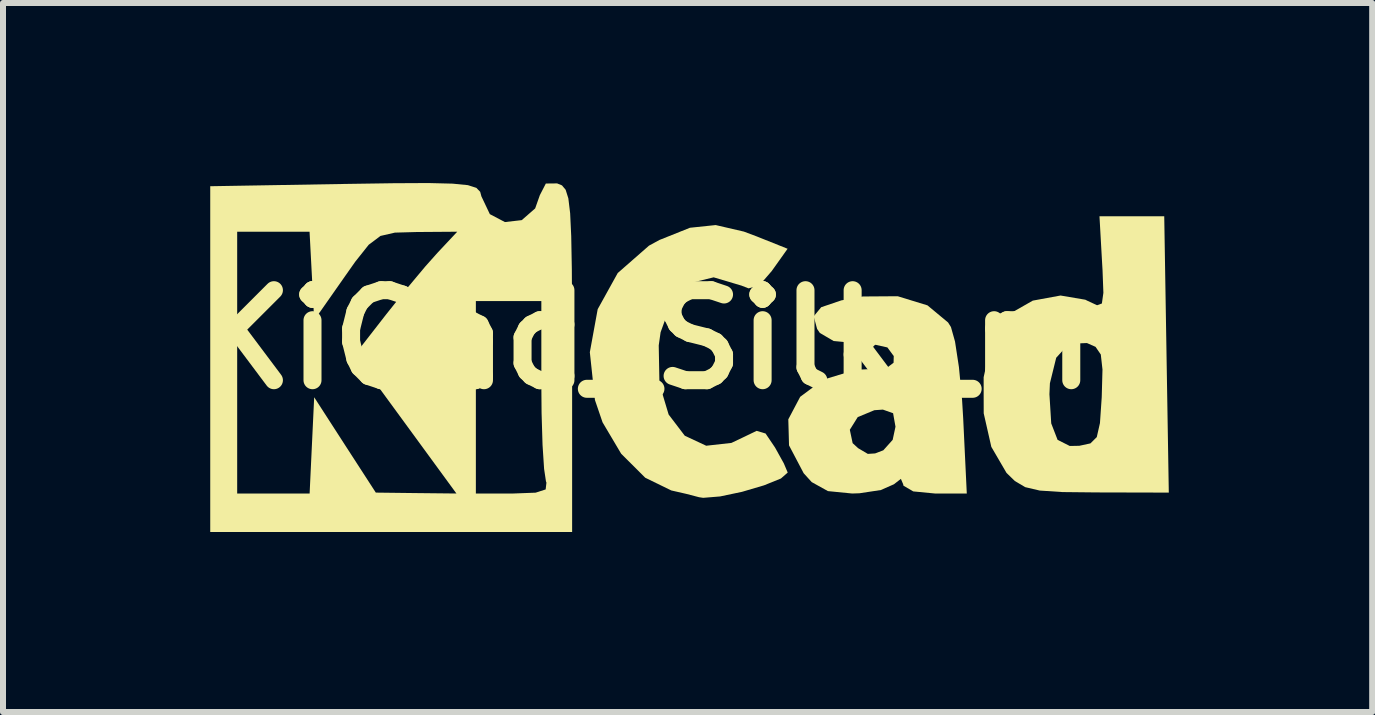
<source format=kicad_pcb>
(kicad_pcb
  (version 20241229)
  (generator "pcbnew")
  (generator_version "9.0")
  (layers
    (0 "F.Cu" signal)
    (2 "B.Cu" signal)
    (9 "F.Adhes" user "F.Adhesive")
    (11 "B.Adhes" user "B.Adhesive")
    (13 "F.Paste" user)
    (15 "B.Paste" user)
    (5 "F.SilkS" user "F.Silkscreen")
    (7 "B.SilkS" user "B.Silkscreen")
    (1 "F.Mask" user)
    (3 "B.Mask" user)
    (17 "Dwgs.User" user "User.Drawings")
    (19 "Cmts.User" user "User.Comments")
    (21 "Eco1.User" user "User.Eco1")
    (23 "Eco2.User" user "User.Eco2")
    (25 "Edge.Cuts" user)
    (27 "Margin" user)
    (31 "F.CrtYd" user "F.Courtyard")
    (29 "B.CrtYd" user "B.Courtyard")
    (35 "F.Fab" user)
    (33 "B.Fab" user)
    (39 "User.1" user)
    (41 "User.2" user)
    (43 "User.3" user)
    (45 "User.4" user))
  (footprint "KiCad_Silk_mb"
    (layer "F.Cu")
    (at 8.407 2.607)
    (property "Reference" "KiCad_Silk_mb" (at 0 0 0) (layer "F.SilkS") (effects (font (size 1.5 1.5) (thickness 0.3))))
    (attr board_only exclude_from_pos_files exclude_from_bom)
    (fp_poly (pts (xy 0.938 -1.798) (xy 1.151 -1.718) (xy 1.666 -1.512) (xy 1.402 -1.141) (xy 1.193 -0.899) (xy 1.016 -0.852) (xy 0.898 -0.898) (xy 0.434 -1.036) (xy 0.037 -0.939) (xy -0.266 -0.628) (xy -0.45 -0.12) (xy -0.481 0.099) (xy -0.469 0.739) (xy -0.316 1.25) (xy -0.047 1.603) (xy 0.31 1.77) (xy 0.73 1.723) (xy 0.905 1.64) (xy 1.15 1.522) (xy 1.299 1.566) (xy 1.457 1.8) (xy 1.603 2.063) (xy 1.667 2.214) (xy 1.668 2.217) (xy 1.555 2.316) (xy 1.273 2.43) (xy 0.907 2.538) (xy 0.541 2.615) (xy 0.26 2.638) (xy 0.192 2.628) (xy -0.023 2.572) (xy -0.272 2.515) (xy -0.706 2.303) (xy -1.107 1.903) (xy -1.417 1.38) (xy -1.544 1.008) (xy -1.629 0.212) (xy -1.498 -0.505) (xy -1.164 -1.108) (xy -0.643 -1.564) (xy -0.468 -1.659) (xy 0.039 -1.862) (xy 0.468 -1.907)) (stroke (width 0) (type solid)) (fill yes) (layer "F.SilkS"))
    (fp_poly (pts (xy 7.403 -2.053) (xy 7.942 -2.053) (xy 7.98 0.249) (xy 8.018 2.551) (xy 6.816 2.548) (xy 6.245 2.542) (xy 5.868 2.517) (xy 5.625 2.46) (xy 5.453 2.358) (xy 5.314 2.223) (xy 5.061 1.789) (xy 4.934 1.23) (xy 4.933 0.912) (xy 6.029 0.912) (xy 6.059 1.398) (xy 6.165 1.672) (xy 6.368 1.774) (xy 6.527 1.771) (xy 6.712 1.731) (xy 6.818 1.626) (xy 6.871 1.392) (xy 6.9 0.967) (xy 6.901 0.941) (xy 6.913 0.5) (xy 6.885 0.25) (xy 6.797 0.122) (xy 6.654 0.059) (xy 6.354 0.071) (xy 6.142 0.304) (xy 6.037 0.729) (xy 6.029 0.912) (xy 4.933 0.912) (xy 4.933 0.629) (xy 5.055 0.07) (xy 5.3 -0.363) (xy 5.364 -0.427) (xy 5.752 -0.648) (xy 6.214 -0.733) (xy 6.627 -0.663) (xy 6.667 -0.643) (xy 6.823 -0.571) (xy 6.903 -0.6) (xy 6.928 -0.778) (xy 6.914 -1.153) (xy 6.907 -1.272) (xy 6.863 -2.053)) (stroke (width 0) (type solid)) (fill yes) (layer "F.SilkS"))
    (fp_poly (pts (xy 3.997 -0.569) (xy 4.34 -0.284) (xy 4.388 -0.208) (xy 4.456 0.034) (xy 4.521 0.46) (xy 4.573 1) (xy 4.592 1.314) (xy 4.652 2.566) (xy 4.122 2.566) (xy 3.76 2.531) (xy 3.597 2.436) (xy 3.592 2.412) (xy 3.554 2.322) (xy 3.438 2.412) (xy 3.22 2.508) (xy 2.864 2.562) (xy 2.742 2.566) (xy 2.338 2.526) (xy 2.068 2.376) (xy 1.934 2.228) (xy 1.69 1.764) (xy 1.683 1.504) (xy 2.703 1.504) (xy 2.75 1.727) (xy 2.842 1.811) (xy 3.003 1.906) (xy 3.125 1.898) (xy 3.261 1.846) (xy 3.417 1.672) (xy 3.464 1.453) (xy 3.424 1.228) (xy 3.254 1.168) (xy 3.112 1.178) (xy 2.835 1.293) (xy 2.703 1.504) (xy 1.683 1.504) (xy 1.678 1.33) (xy 1.876 0.955) (xy 2.258 0.67) (xy 2.801 0.505) (xy 3.31 0.48) (xy 3.432 0.387) (xy 3.435 0.276) (xy 3.329 0.132) (xy 3.05 0.07) (xy 2.843 0.064) (xy 2.433 0.025) (xy 2.204 -0.109) (xy 2.158 -0.176) (xy 2.101 -0.386) (xy 2.226 -0.538) (xy 2.562 -0.652) (xy 2.92 -0.717) (xy 3.501 -0.721)) (stroke (width 0) (type solid)) (fill yes) (layer "F.SilkS"))
    (fp_poly (pts (xy -3.915 -2.597) (xy -3.661 -2.572) (xy -3.52 -2.527) (xy -3.456 -2.461) (xy -3.436 -2.386) (xy -3.295 -2.089) (xy -3.044 -1.957) (xy -2.764 -1.989) (xy -2.54 -2.184) (xy -2.462 -2.405) (xy -2.362 -2.599) (xy -2.174 -2.601) (xy -2.093 -2.568) (xy -2.032 -2.495) (xy -1.987 -2.352) (xy -1.957 -2.104) (xy -1.939 -1.722) (xy -1.929 -1.172) (xy -1.925 -0.423) (xy -1.924 0.336) (xy -1.924 3.207) (xy -4.939 3.207) (xy -7.954 3.207) (xy -7.954 0.385) (xy -7.505 0.385) (xy -7.505 2.566) (xy -6.901 2.566) (xy -6.298 2.566) (xy -6.26 1.764) (xy -6.222 0.962) (xy -5.709 1.757) (xy -5.195 2.551) (xy -4.524 2.559) (xy -3.852 2.566) (xy -4.698 1.409) (xy -5.025 0.962) (xy -3.528 0.962) (xy -3.528 2.566) (xy -2.905 2.566) (xy -2.532 2.552) (xy -2.365 2.498) (xy -2.352 2.385) (xy -2.36 2.363) (xy -2.391 2.156) (xy -2.417 1.756) (xy -2.433 1.224) (xy -2.437 0.759) (xy -2.437 -0.641) (xy -2.983 -0.641) (xy -3.528 -0.641) (xy -3.528 0.962) (xy -5.025 0.962) (xy -5.544 0.252) (xy -5.022 -0.419) (xy -4.691 -0.834) (xy -4.367 -1.221) (xy -4.169 -1.443) (xy -3.838 -1.796) (xy -4.517 -1.791) (xy -4.877 -1.781) (xy -5.117 -1.726) (xy -5.313 -1.579) (xy -5.538 -1.296) (xy -5.709 -1.053) (xy -6.222 -0.321) (xy -6.26 -1.058) (xy -6.299 -1.796) (xy -6.902 -1.796) (xy -7.505 -1.796) (xy -7.505 0.385) (xy -7.954 0.385) (xy -7.954 0.326) (xy -7.954 -2.554) (xy -5.713 -2.592) (xy -4.905 -2.604) (xy -4.317 -2.607)) (stroke (width 0) (type solid)) (fill yes) (layer "F.SilkS")))
  (gr_rect
    (start -3 -3)
    (end 19.814 8.814)
    (stroke (width 0.1) (type default))
    (fill no)
    (layer "Edge.Cuts")))
</source>
